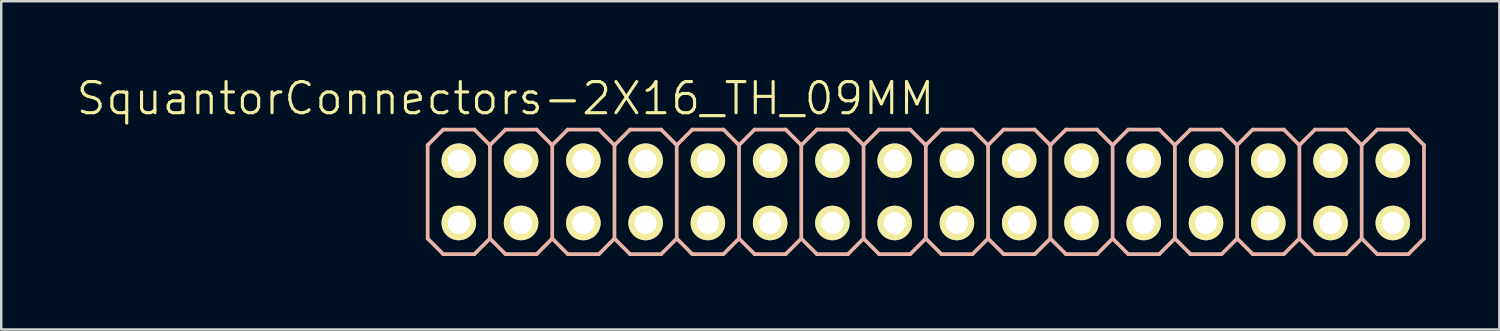
<source format=kicad_pcb>
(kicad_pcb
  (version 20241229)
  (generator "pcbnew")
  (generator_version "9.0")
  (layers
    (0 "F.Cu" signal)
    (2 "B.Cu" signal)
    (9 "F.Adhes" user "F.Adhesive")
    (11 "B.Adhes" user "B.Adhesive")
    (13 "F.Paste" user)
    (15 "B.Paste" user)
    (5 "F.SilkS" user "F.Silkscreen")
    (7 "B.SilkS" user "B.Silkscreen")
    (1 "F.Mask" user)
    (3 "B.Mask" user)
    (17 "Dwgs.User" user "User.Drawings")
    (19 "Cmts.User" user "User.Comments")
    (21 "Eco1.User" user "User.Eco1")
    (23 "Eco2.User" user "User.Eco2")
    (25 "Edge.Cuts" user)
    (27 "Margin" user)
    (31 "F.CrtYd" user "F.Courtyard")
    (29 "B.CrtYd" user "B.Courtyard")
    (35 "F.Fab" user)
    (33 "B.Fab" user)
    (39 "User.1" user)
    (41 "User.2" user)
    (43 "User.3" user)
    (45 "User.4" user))
  (footprint "SquantorConnectors-2X16_TH_09MM"
    (layer "F.Cu")
    (at 34.716 4.776)
    (property "Reference" "SquantorConnectors-2X16_TH_09MM" (at -17.145 -3.81 0) (layer "F.SilkS") (effects (font (size 1.27 1.27) (thickness 0.127))))
    (attr exclude_from_pos_files exclude_from_bom)
    (fp_line (start -19.304 -1.524) (end -18.796 -1.524) (stroke (width 0.066) (type solid)) (layer "F.SilkS"))
    (fp_line (start -19.304 -1.016) (end -19.304 -1.524) (stroke (width 0.066) (type solid)) (layer "F.SilkS"))
    (fp_line (start -19.304 -1.016) (end -18.796 -1.016) (stroke (width 0.066) (type solid)) (layer "F.SilkS"))
    (fp_line (start -19.304 1.016) (end -18.796 1.016) (stroke (width 0.066) (type solid)) (layer "F.SilkS"))
    (fp_line (start -19.304 1.524) (end -19.304 1.016) (stroke (width 0.066) (type solid)) (layer "F.SilkS"))
    (fp_line (start -19.304 1.524) (end -18.796 1.524) (stroke (width 0.066) (type solid)) (layer "F.SilkS"))
    (fp_line (start -18.796 -1.016) (end -18.796 -1.524) (stroke (width 0.066) (type solid)) (layer "F.SilkS"))
    (fp_line (start -18.796 1.524) (end -18.796 1.016) (stroke (width 0.066) (type solid)) (layer "F.SilkS"))
    (fp_line (start -16.764 -1.524) (end -16.256 -1.524) (stroke (width 0.066) (type solid)) (layer "F.SilkS"))
    (fp_line (start -16.764 -1.016) (end -16.764 -1.524) (stroke (width 0.066) (type solid)) (layer "F.SilkS"))
    (fp_line (start -16.764 -1.016) (end -16.256 -1.016) (stroke (width 0.066) (type solid)) (layer "F.SilkS"))
    (fp_line (start -16.764 1.016) (end -16.256 1.016) (stroke (width 0.066) (type solid)) (layer "F.SilkS"))
    (fp_line (start -16.764 1.524) (end -16.764 1.016) (stroke (width 0.066) (type solid)) (layer "F.SilkS"))
    (fp_line (start -16.764 1.524) (end -16.256 1.524) (stroke (width 0.066) (type solid)) (layer "F.SilkS"))
    (fp_line (start -16.256 -1.016) (end -16.256 -1.524) (stroke (width 0.066) (type solid)) (layer "F.SilkS"))
    (fp_line (start -16.256 1.524) (end -16.256 1.016) (stroke (width 0.066) (type solid)) (layer "F.SilkS"))
    (fp_line (start -14.224 -1.524) (end -13.716 -1.524) (stroke (width 0.066) (type solid)) (layer "F.SilkS"))
    (fp_line (start -14.224 -1.016) (end -14.224 -1.524) (stroke (width 0.066) (type solid)) (layer "F.SilkS"))
    (fp_line (start -14.224 -1.016) (end -13.716 -1.016) (stroke (width 0.066) (type solid)) (layer "F.SilkS"))
    (fp_line (start -14.224 1.016) (end -13.716 1.016) (stroke (width 0.066) (type solid)) (layer "F.SilkS"))
    (fp_line (start -14.224 1.524) (end -14.224 1.016) (stroke (width 0.066) (type solid)) (layer "F.SilkS"))
    (fp_line (start -14.224 1.524) (end -13.716 1.524) (stroke (width 0.066) (type solid)) (layer "F.SilkS"))
    (fp_line (start -13.716 -1.016) (end -13.716 -1.524) (stroke (width 0.066) (type solid)) (layer "F.SilkS"))
    (fp_line (start -13.716 1.524) (end -13.716 1.016) (stroke (width 0.066) (type solid)) (layer "F.SilkS"))
    (fp_line (start -11.684 -1.524) (end -11.176 -1.524) (stroke (width 0.066) (type solid)) (layer "F.SilkS"))
    (fp_line (start -11.684 -1.016) (end -11.684 -1.524) (stroke (width 0.066) (type solid)) (layer "F.SilkS"))
    (fp_line (start -11.684 -1.016) (end -11.176 -1.016) (stroke (width 0.066) (type solid)) (layer "F.SilkS"))
    (fp_line (start -11.684 1.016) (end -11.176 1.016) (stroke (width 0.066) (type solid)) (layer "F.SilkS"))
    (fp_line (start -11.684 1.524) (end -11.684 1.016) (stroke (width 0.066) (type solid)) (layer "F.SilkS"))
    (fp_line (start -11.684 1.524) (end -11.176 1.524) (stroke (width 0.066) (type solid)) (layer "F.SilkS"))
    (fp_line (start -11.176 -1.016) (end -11.176 -1.524) (stroke (width 0.066) (type solid)) (layer "F.SilkS"))
    (fp_line (start -11.176 1.524) (end -11.176 1.016) (stroke (width 0.066) (type solid)) (layer "F.SilkS"))
    (fp_line (start -9.144 -1.524) (end -8.636 -1.524) (stroke (width 0.066) (type solid)) (layer "F.SilkS"))
    (fp_line (start -9.144 -1.016) (end -9.144 -1.524) (stroke (width 0.066) (type solid)) (layer "F.SilkS"))
    (fp_line (start -9.144 -1.016) (end -8.636 -1.016) (stroke (width 0.066) (type solid)) (layer "F.SilkS"))
    (fp_line (start -9.144 1.016) (end -8.636 1.016) (stroke (width 0.066) (type solid)) (layer "F.SilkS"))
    (fp_line (start -9.144 1.524) (end -9.144 1.016) (stroke (width 0.066) (type solid)) (layer "F.SilkS"))
    (fp_line (start -9.144 1.524) (end -8.636 1.524) (stroke (width 0.066) (type solid)) (layer "F.SilkS"))
    (fp_line (start -8.636 -1.016) (end -8.636 -1.524) (stroke (width 0.066) (type solid)) (layer "F.SilkS"))
    (fp_line (start -8.636 1.524) (end -8.636 1.016) (stroke (width 0.066) (type solid)) (layer "F.SilkS"))
    (fp_line (start -6.604 -1.524) (end -6.096 -1.524) (stroke (width 0.066) (type solid)) (layer "F.SilkS"))
    (fp_line (start -6.604 -1.016) (end -6.604 -1.524) (stroke (width 0.066) (type solid)) (layer "F.SilkS"))
    (fp_line (start -6.604 -1.016) (end -6.096 -1.016) (stroke (width 0.066) (type solid)) (layer "F.SilkS"))
    (fp_line (start -6.604 1.016) (end -6.096 1.016) (stroke (width 0.066) (type solid)) (layer "F.SilkS"))
    (fp_line (start -6.604 1.524) (end -6.604 1.016) (stroke (width 0.066) (type solid)) (layer "F.SilkS"))
    (fp_line (start -6.604 1.524) (end -6.096 1.524) (stroke (width 0.066) (type solid)) (layer "F.SilkS"))
    (fp_line (start -6.096 -1.016) (end -6.096 -1.524) (stroke (width 0.066) (type solid)) (layer "F.SilkS"))
    (fp_line (start -6.096 1.524) (end -6.096 1.016) (stroke (width 0.066) (type solid)) (layer "F.SilkS"))
    (fp_line (start -4.064 -1.524) (end -3.556 -1.524) (stroke (width 0.066) (type solid)) (layer "F.SilkS"))
    (fp_line (start -4.064 -1.016) (end -4.064 -1.524) (stroke (width 0.066) (type solid)) (layer "F.SilkS"))
    (fp_line (start -4.064 -1.016) (end -3.556 -1.016) (stroke (width 0.066) (type solid)) (layer "F.SilkS"))
    (fp_line (start -4.064 1.016) (end -3.556 1.016) (stroke (width 0.066) (type solid)) (layer "F.SilkS"))
    (fp_line (start -4.064 1.524) (end -4.064 1.016) (stroke (width 0.066) (type solid)) (layer "F.SilkS"))
    (fp_line (start -4.064 1.524) (end -3.556 1.524) (stroke (width 0.066) (type solid)) (layer "F.SilkS"))
    (fp_line (start -3.556 -1.016) (end -3.556 -1.524) (stroke (width 0.066) (type solid)) (layer "F.SilkS"))
    (fp_line (start -3.556 1.524) (end -3.556 1.016) (stroke (width 0.066) (type solid)) (layer "F.SilkS"))
    (fp_line (start -1.524 -1.524) (end -1.016 -1.524) (stroke (width 0.066) (type solid)) (layer "F.SilkS"))
    (fp_line (start -1.524 -1.016) (end -1.524 -1.524) (stroke (width 0.066) (type solid)) (layer "F.SilkS"))
    (fp_line (start -1.524 -1.016) (end -1.016 -1.016) (stroke (width 0.066) (type solid)) (layer "F.SilkS"))
    (fp_line (start -1.524 1.016) (end -1.016 1.016) (stroke (width 0.066) (type solid)) (layer "F.SilkS"))
    (fp_line (start -1.524 1.524) (end -1.524 1.016) (stroke (width 0.066) (type solid)) (layer "F.SilkS"))
    (fp_line (start -1.524 1.524) (end -1.016 1.524) (stroke (width 0.066) (type solid)) (layer "F.SilkS"))
    (fp_line (start -1.016 -1.016) (end -1.016 -1.524) (stroke (width 0.066) (type solid)) (layer "F.SilkS"))
    (fp_line (start -1.016 1.524) (end -1.016 1.016) (stroke (width 0.066) (type solid)) (layer "F.SilkS"))
    (fp_line (start 1.016 -1.524) (end 1.524 -1.524) (stroke (width 0.066) (type solid)) (layer "F.SilkS"))
    (fp_line (start 1.016 -1.016) (end 1.016 -1.524) (stroke (width 0.066) (type solid)) (layer "F.SilkS"))
    (fp_line (start 1.016 -1.016) (end 1.524 -1.016) (stroke (width 0.066) (type solid)) (layer "F.SilkS"))
    (fp_line (start 1.016 1.016) (end 1.524 1.016) (stroke (width 0.066) (type solid)) (layer "F.SilkS"))
    (fp_line (start 1.016 1.524) (end 1.016 1.016) (stroke (width 0.066) (type solid)) (layer "F.SilkS"))
    (fp_line (start 1.016 1.524) (end 1.524 1.524) (stroke (width 0.066) (type solid)) (layer "F.SilkS"))
    (fp_line (start 1.524 -1.016) (end 1.524 -1.524) (stroke (width 0.066) (type solid)) (layer "F.SilkS"))
    (fp_line (start 1.524 1.524) (end 1.524 1.016) (stroke (width 0.066) (type solid)) (layer "F.SilkS"))
    (fp_line (start 3.556 -1.524) (end 4.064 -1.524) (stroke (width 0.066) (type solid)) (layer "F.SilkS"))
    (fp_line (start 3.556 -1.016) (end 3.556 -1.524) (stroke (width 0.066) (type solid)) (layer "F.SilkS"))
    (fp_line (start 3.556 -1.016) (end 4.064 -1.016) (stroke (width 0.066) (type solid)) (layer "F.SilkS"))
    (fp_line (start 3.556 1.016) (end 4.064 1.016) (stroke (width 0.066) (type solid)) (layer "F.SilkS"))
    (fp_line (start 3.556 1.524) (end 3.556 1.016) (stroke (width 0.066) (type solid)) (layer "F.SilkS"))
    (fp_line (start 3.556 1.524) (end 4.064 1.524) (stroke (width 0.066) (type solid)) (layer "F.SilkS"))
    (fp_line (start 4.064 -1.016) (end 4.064 -1.524) (stroke (width 0.066) (type solid)) (layer "F.SilkS"))
    (fp_line (start 4.064 1.524) (end 4.064 1.016) (stroke (width 0.066) (type solid)) (layer "F.SilkS"))
    (fp_line (start 6.096 -1.524) (end 6.604 -1.524) (stroke (width 0.066) (type solid)) (layer "F.SilkS"))
    (fp_line (start 6.096 -1.016) (end 6.096 -1.524) (stroke (width 0.066) (type solid)) (layer "F.SilkS"))
    (fp_line (start 6.096 -1.016) (end 6.604 -1.016) (stroke (width 0.066) (type solid)) (layer "F.SilkS"))
    (fp_line (start 6.096 1.016) (end 6.604 1.016) (stroke (width 0.066) (type solid)) (layer "F.SilkS"))
    (fp_line (start 6.096 1.524) (end 6.096 1.016) (stroke (width 0.066) (type solid)) (layer "F.SilkS"))
    (fp_line (start 6.096 1.524) (end 6.604 1.524) (stroke (width 0.066) (type solid)) (layer "F.SilkS"))
    (fp_line (start 6.604 -1.016) (end 6.604 -1.524) (stroke (width 0.066) (type solid)) (layer "F.SilkS"))
    (fp_line (start 6.604 1.524) (end 6.604 1.016) (stroke (width 0.066) (type solid)) (layer "F.SilkS"))
    (fp_line (start 8.636 -1.524) (end 9.144 -1.524) (stroke (width 0.066) (type solid)) (layer "F.SilkS"))
    (fp_line (start 8.636 -1.016) (end 8.636 -1.524) (stroke (width 0.066) (type solid)) (layer "F.SilkS"))
    (fp_line (start 8.636 -1.016) (end 9.144 -1.016) (stroke (width 0.066) (type solid)) (layer "F.SilkS"))
    (fp_line (start 8.636 1.016) (end 9.144 1.016) (stroke (width 0.066) (type solid)) (layer "F.SilkS"))
    (fp_line (start 8.636 1.524) (end 8.636 1.016) (stroke (width 0.066) (type solid)) (layer "F.SilkS"))
    (fp_line (start 8.636 1.524) (end 9.144 1.524) (stroke (width 0.066) (type solid)) (layer "F.SilkS"))
    (fp_line (start 9.144 -1.016) (end 9.144 -1.524) (stroke (width 0.066) (type solid)) (layer "F.SilkS"))
    (fp_line (start 9.144 1.524) (end 9.144 1.016) (stroke (width 0.066) (type solid)) (layer "F.SilkS"))
    (fp_line (start 11.176 -1.524) (end 11.684 -1.524) (stroke (width 0.066) (type solid)) (layer "F.SilkS"))
    (fp_line (start 11.176 -1.016) (end 11.176 -1.524) (stroke (width 0.066) (type solid)) (layer "F.SilkS"))
    (fp_line (start 11.176 -1.016) (end 11.684 -1.016) (stroke (width 0.066) (type solid)) (layer "F.SilkS"))
    (fp_line (start 11.176 1.016) (end 11.684 1.016) (stroke (width 0.066) (type solid)) (layer "F.SilkS"))
    (fp_line (start 11.176 1.524) (end 11.176 1.016) (stroke (width 0.066) (type solid)) (layer "F.SilkS"))
    (fp_line (start 11.176 1.524) (end 11.684 1.524) (stroke (width 0.066) (type solid)) (layer "F.SilkS"))
    (fp_line (start 11.684 -1.016) (end 11.684 -1.524) (stroke (width 0.066) (type solid)) (layer "F.SilkS"))
    (fp_line (start 11.684 1.524) (end 11.684 1.016) (stroke (width 0.066) (type solid)) (layer "F.SilkS"))
    (fp_line (start 13.716 -1.524) (end 14.224 -1.524) (stroke (width 0.066) (type solid)) (layer "F.SilkS"))
    (fp_line (start 13.716 -1.016) (end 13.716 -1.524) (stroke (width 0.066) (type solid)) (layer "F.SilkS"))
    (fp_line (start 13.716 -1.016) (end 14.224 -1.016) (stroke (width 0.066) (type solid)) (layer "F.SilkS"))
    (fp_line (start 13.716 1.016) (end 14.224 1.016) (stroke (width 0.066) (type solid)) (layer "F.SilkS"))
    (fp_line (start 13.716 1.524) (end 13.716 1.016) (stroke (width 0.066) (type solid)) (layer "F.SilkS"))
    (fp_line (start 13.716 1.524) (end 14.224 1.524) (stroke (width 0.066) (type solid)) (layer "F.SilkS"))
    (fp_line (start 14.224 -1.016) (end 14.224 -1.524) (stroke (width 0.066) (type solid)) (layer "F.SilkS"))
    (fp_line (start 14.224 1.524) (end 14.224 1.016) (stroke (width 0.066) (type solid)) (layer "F.SilkS"))
    (fp_line (start 16.256 -1.524) (end 16.764 -1.524) (stroke (width 0.066) (type solid)) (layer "F.SilkS"))
    (fp_line (start 16.256 -1.016) (end 16.256 -1.524) (stroke (width 0.066) (type solid)) (layer "F.SilkS"))
    (fp_line (start 16.256 -1.016) (end 16.764 -1.016) (stroke (width 0.066) (type solid)) (layer "F.SilkS"))
    (fp_line (start 16.256 1.016) (end 16.764 1.016) (stroke (width 0.066) (type solid)) (layer "F.SilkS"))
    (fp_line (start 16.256 1.524) (end 16.256 1.016) (stroke (width 0.066) (type solid)) (layer "F.SilkS"))
    (fp_line (start 16.256 1.524) (end 16.764 1.524) (stroke (width 0.066) (type solid)) (layer "F.SilkS"))
    (fp_line (start 16.764 -1.016) (end 16.764 -1.524) (stroke (width 0.066) (type solid)) (layer "F.SilkS"))
    (fp_line (start 16.764 1.524) (end 16.764 1.016) (stroke (width 0.066) (type solid)) (layer "F.SilkS"))
    (fp_line (start 18.796 -1.524) (end 19.304 -1.524) (stroke (width 0.066) (type solid)) (layer "F.SilkS"))
    (fp_line (start 18.796 -1.016) (end 18.796 -1.524) (stroke (width 0.066) (type solid)) (layer "F.SilkS"))
    (fp_line (start 18.796 -1.016) (end 19.304 -1.016) (stroke (width 0.066) (type solid)) (layer "F.SilkS"))
    (fp_line (start 18.796 1.016) (end 19.304 1.016) (stroke (width 0.066) (type solid)) (layer "F.SilkS"))
    (fp_line (start 18.796 1.524) (end 18.796 1.016) (stroke (width 0.066) (type solid)) (layer "F.SilkS"))
    (fp_line (start 18.796 1.524) (end 19.304 1.524) (stroke (width 0.066) (type solid)) (layer "F.SilkS"))
    (fp_line (start 19.304 -1.016) (end 19.304 -1.524) (stroke (width 0.066) (type solid)) (layer "F.SilkS"))
    (fp_line (start 19.304 1.524) (end 19.304 1.016) (stroke (width 0.066) (type solid)) (layer "F.SilkS"))
    (fp_line (start -20.32 -1.905) (end -19.685 -2.54) (stroke (width 0.152) (type solid)) (layer "B.SilkS"))
    (fp_line (start -20.32 1.905) (end -20.32 -1.905) (stroke (width 0.152) (type solid)) (layer "B.SilkS"))
    (fp_line (start -20.32 1.905) (end -19.685 2.54) (stroke (width 0.152) (type solid)) (layer "B.SilkS"))
    (fp_line (start -19.685 -2.54) (end -18.415 -2.54) (stroke (width 0.152) (type solid)) (layer "B.SilkS"))
    (fp_line (start -19.685 2.54) (end -18.415 2.54) (stroke (width 0.152) (type solid)) (layer "B.SilkS"))
    (fp_line (start -18.415 -2.54) (end -17.78 -1.905) (stroke (width 0.152) (type solid)) (layer "B.SilkS"))
    (fp_line (start -18.415 2.54) (end -17.78 1.905) (stroke (width 0.152) (type solid)) (layer "B.SilkS"))
    (fp_line (start -17.78 -1.905) (end -17.78 1.905) (stroke (width 0.152) (type solid)) (layer "B.SilkS"))
    (fp_line (start -17.78 -1.905) (end -17.145 -2.54) (stroke (width 0.152) (type solid)) (layer "B.SilkS"))
    (fp_line (start -17.78 1.905) (end -17.145 2.54) (stroke (width 0.152) (type solid)) (layer "B.SilkS"))
    (fp_line (start -17.145 -2.54) (end -15.875 -2.54) (stroke (width 0.152) (type solid)) (layer "B.SilkS"))
    (fp_line (start -17.145 2.54) (end -15.875 2.54) (stroke (width 0.152) (type solid)) (layer "B.SilkS"))
    (fp_line (start -15.875 -2.54) (end -15.24 -1.905) (stroke (width 0.152) (type solid)) (layer "B.SilkS"))
    (fp_line (start -15.875 2.54) (end -15.24 1.905) (stroke (width 0.152) (type solid)) (layer "B.SilkS"))
    (fp_line (start -15.24 -1.905) (end -15.24 1.905) (stroke (width 0.152) (type solid)) (layer "B.SilkS"))
    (fp_line (start -15.24 -1.905) (end -14.605 -2.54) (stroke (width 0.152) (type solid)) (layer "B.SilkS"))
    (fp_line (start -15.24 1.905) (end -14.605 2.54) (stroke (width 0.152) (type solid)) (layer "B.SilkS"))
    (fp_line (start -14.605 -2.54) (end -13.335 -2.54) (stroke (width 0.152) (type solid)) (layer "B.SilkS"))
    (fp_line (start -14.605 2.54) (end -13.335 2.54) (stroke (width 0.152) (type solid)) (layer "B.SilkS"))
    (fp_line (start -13.335 -2.54) (end -12.7 -1.905) (stroke (width 0.152) (type solid)) (layer "B.SilkS"))
    (fp_line (start -13.335 2.54) (end -12.7 1.905) (stroke (width 0.152) (type solid)) (layer "B.SilkS"))
    (fp_line (start -12.7 -1.905) (end -12.7 1.905) (stroke (width 0.152) (type solid)) (layer "B.SilkS"))
    (fp_line (start -12.7 -1.905) (end -12.065 -2.54) (stroke (width 0.152) (type solid)) (layer "B.SilkS"))
    (fp_line (start -12.7 1.905) (end -12.065 2.54) (stroke (width 0.152) (type solid)) (layer "B.SilkS"))
    (fp_line (start -12.065 -2.54) (end -10.795 -2.54) (stroke (width 0.152) (type solid)) (layer "B.SilkS"))
    (fp_line (start -12.065 2.54) (end -10.795 2.54) (stroke (width 0.152) (type solid)) (layer "B.SilkS"))
    (fp_line (start -10.795 -2.54) (end -10.16 -1.905) (stroke (width 0.152) (type solid)) (layer "B.SilkS"))
    (fp_line (start -10.795 2.54) (end -10.16 1.905) (stroke (width 0.152) (type solid)) (layer "B.SilkS"))
    (fp_line (start -10.16 -1.905) (end -10.16 1.905) (stroke (width 0.152) (type solid)) (layer "B.SilkS"))
    (fp_line (start -10.16 -1.905) (end -9.525 -2.54) (stroke (width 0.152) (type solid)) (layer "B.SilkS"))
    (fp_line (start -10.16 1.905) (end -9.525 2.54) (stroke (width 0.152) (type solid)) (layer "B.SilkS"))
    (fp_line (start -9.525 -2.54) (end -8.255 -2.54) (stroke (width 0.152) (type solid)) (layer "B.SilkS"))
    (fp_line (start -9.525 2.54) (end -8.255 2.54) (stroke (width 0.152) (type solid)) (layer "B.SilkS"))
    (fp_line (start -8.255 -2.54) (end -7.62 -1.905) (stroke (width 0.152) (type solid)) (layer "B.SilkS"))
    (fp_line (start -8.255 2.54) (end -7.62 1.905) (stroke (width 0.152) (type solid)) (layer "B.SilkS"))
    (fp_line (start -7.62 -1.905) (end -7.62 1.905) (stroke (width 0.152) (type solid)) (layer "B.SilkS"))
    (fp_line (start -7.62 -1.905) (end -6.985 -2.54) (stroke (width 0.152) (type solid)) (layer "B.SilkS"))
    (fp_line (start -7.62 1.905) (end -6.985 2.54) (stroke (width 0.152) (type solid)) (layer "B.SilkS"))
    (fp_line (start -6.985 -2.54) (end -5.715 -2.54) (stroke (width 0.152) (type solid)) (layer "B.SilkS"))
    (fp_line (start -6.985 2.54) (end -5.715 2.54) (stroke (width 0.152) (type solid)) (layer "B.SilkS"))
    (fp_line (start -5.715 -2.54) (end -5.08 -1.905) (stroke (width 0.152) (type solid)) (layer "B.SilkS"))
    (fp_line (start -5.715 2.54) (end -5.08 1.905) (stroke (width 0.152) (type solid)) (layer "B.SilkS"))
    (fp_line (start -5.08 -1.905) (end -5.08 1.905) (stroke (width 0.152) (type solid)) (layer "B.SilkS"))
    (fp_line (start -5.08 -1.905) (end -4.445 -2.54) (stroke (width 0.152) (type solid)) (layer "B.SilkS"))
    (fp_line (start -5.08 1.905) (end -4.445 2.54) (stroke (width 0.152) (type solid)) (layer "B.SilkS"))
    (fp_line (start -4.445 -2.54) (end -3.175 -2.54) (stroke (width 0.152) (type solid)) (layer "B.SilkS"))
    (fp_line (start -3.175 -2.54) (end -2.54 -1.905) (stroke (width 0.152) (type solid)) (layer "B.SilkS"))
    (fp_line (start -3.175 2.54) (end -4.445 2.54) (stroke (width 0.152) (type solid)) (layer "B.SilkS"))
    (fp_line (start -2.54 -1.905) (end -2.54 1.905) (stroke (width 0.152) (type solid)) (layer "B.SilkS"))
    (fp_line (start -2.54 -1.905) (end -1.905 -2.54) (stroke (width 0.152) (type solid)) (layer "B.SilkS"))
    (fp_line (start -2.54 1.905) (end -3.175 2.54) (stroke (width 0.152) (type solid)) (layer "B.SilkS"))
    (fp_line (start -2.54 1.905) (end -1.905 2.54) (stroke (width 0.152) (type solid)) (layer "B.SilkS"))
    (fp_line (start -1.905 -2.54) (end -0.635 -2.54) (stroke (width 0.152) (type solid)) (layer "B.SilkS"))
    (fp_line (start -0.635 -2.54) (end 0 -1.905) (stroke (width 0.152) (type solid)) (layer "B.SilkS"))
    (fp_line (start -0.635 2.54) (end -1.905 2.54) (stroke (width 0.152) (type solid)) (layer "B.SilkS"))
    (fp_line (start 0 -1.905) (end 0 1.905) (stroke (width 0.152) (type solid)) (layer "B.SilkS"))
    (fp_line (start 0 -1.905) (end 0.635 -2.54) (stroke (width 0.152) (type solid)) (layer "B.SilkS"))
    (fp_line (start 0 1.905) (end -0.635 2.54) (stroke (width 0.152) (type solid)) (layer "B.SilkS"))
    (fp_line (start 0 1.905) (end 0.635 2.54) (stroke (width 0.152) (type solid)) (layer "B.SilkS"))
    (fp_line (start 0.635 -2.54) (end 1.905 -2.54) (stroke (width 0.152) (type solid)) (layer "B.SilkS"))
    (fp_line (start 1.905 -2.54) (end 2.54 -1.905) (stroke (width 0.152) (type solid)) (layer "B.SilkS"))
    (fp_line (start 1.905 2.54) (end 0.635 2.54) (stroke (width 0.152) (type solid)) (layer "B.SilkS"))
    (fp_line (start 2.54 -1.905) (end 2.54 1.905) (stroke (width 0.152) (type solid)) (layer "B.SilkS"))
    (fp_line (start 2.54 -1.905) (end 3.175 -2.54) (stroke (width 0.152) (type solid)) (layer "B.SilkS"))
    (fp_line (start 2.54 1.905) (end 1.905 2.54) (stroke (width 0.152) (type solid)) (layer "B.SilkS"))
    (fp_line (start 2.54 1.905) (end 3.175 2.54) (stroke (width 0.152) (type solid)) (layer "B.SilkS"))
    (fp_line (start 3.175 -2.54) (end 4.445 -2.54) (stroke (width 0.152) (type solid)) (layer "B.SilkS"))
    (fp_line (start 4.445 -2.54) (end 5.08 -1.905) (stroke (width 0.152) (type solid)) (layer "B.SilkS"))
    (fp_line (start 4.445 2.54) (end 3.175 2.54) (stroke (width 0.152) (type solid)) (layer "B.SilkS"))
    (fp_line (start 5.08 -1.905) (end 5.08 1.905) (stroke (width 0.152) (type solid)) (layer "B.SilkS"))
    (fp_line (start 5.08 -1.905) (end 5.715 -2.54) (stroke (width 0.152) (type solid)) (layer "B.SilkS"))
    (fp_line (start 5.08 1.905) (end 4.445 2.54) (stroke (width 0.152) (type solid)) (layer "B.SilkS"))
    (fp_line (start 5.08 1.905) (end 5.715 2.54) (stroke (width 0.152) (type solid)) (layer "B.SilkS"))
    (fp_line (start 5.715 -2.54) (end 6.985 -2.54) (stroke (width 0.152) (type solid)) (layer "B.SilkS"))
    (fp_line (start 6.985 -2.54) (end 7.62 -1.905) (stroke (width 0.152) (type solid)) (layer "B.SilkS"))
    (fp_line (start 6.985 2.54) (end 5.715 2.54) (stroke (width 0.152) (type solid)) (layer "B.SilkS"))
    (fp_line (start 7.62 -1.905) (end 7.62 1.905) (stroke (width 0.152) (type solid)) (layer "B.SilkS"))
    (fp_line (start 7.62 -1.905) (end 8.255 -2.54) (stroke (width 0.152) (type solid)) (layer "B.SilkS"))
    (fp_line (start 7.62 1.905) (end 6.985 2.54) (stroke (width 0.152) (type solid)) (layer "B.SilkS"))
    (fp_line (start 7.62 1.905) (end 8.255 2.54) (stroke (width 0.152) (type solid)) (layer "B.SilkS"))
    (fp_line (start 8.255 -2.54) (end 9.525 -2.54) (stroke (width 0.152) (type solid)) (layer "B.SilkS"))
    (fp_line (start 9.525 2.54) (end 8.255 2.54) (stroke (width 0.152) (type solid)) (layer "B.SilkS"))
    (fp_line (start 10.16 -1.905) (end 9.525 -2.54) (stroke (width 0.152) (type solid)) (layer "B.SilkS"))
    (fp_line (start 10.16 -1.905) (end 10.16 1.905) (stroke (width 0.152) (type solid)) (layer "B.SilkS"))
    (fp_line (start 10.16 -1.905) (end 10.795 -2.54) (stroke (width 0.152) (type solid)) (layer "B.SilkS"))
    (fp_line (start 10.16 1.905) (end 9.525 2.54) (stroke (width 0.152) (type solid)) (layer "B.SilkS"))
    (fp_line (start 10.16 1.905) (end 10.795 2.54) (stroke (width 0.152) (type solid)) (layer "B.SilkS"))
    (fp_line (start 12.065 -2.54) (end 10.795 -2.54) (stroke (width 0.152) (type solid)) (layer "B.SilkS"))
    (fp_line (start 12.065 -2.54) (end 12.7 -1.905) (stroke (width 0.152) (type solid)) (layer "B.SilkS"))
    (fp_line (start 12.065 2.54) (end 10.795 2.54) (stroke (width 0.152) (type solid)) (layer "B.SilkS"))
    (fp_line (start 12.7 -1.905) (end 12.7 1.905) (stroke (width 0.152) (type solid)) (layer "B.SilkS"))
    (fp_line (start 12.7 -1.905) (end 13.335 -2.54) (stroke (width 0.152) (type solid)) (layer "B.SilkS"))
    (fp_line (start 12.7 1.905) (end 12.065 2.54) (stroke (width 0.152) (type solid)) (layer "B.SilkS"))
    (fp_line (start 12.7 1.905) (end 13.335 2.54) (stroke (width 0.152) (type solid)) (layer "B.SilkS"))
    (fp_line (start 14.605 -2.54) (end 13.335 -2.54) (stroke (width 0.152) (type solid)) (layer "B.SilkS"))
    (fp_line (start 14.605 -2.54) (end 15.24 -1.905) (stroke (width 0.152) (type solid)) (layer "B.SilkS"))
    (fp_line (start 14.605 2.54) (end 13.335 2.54) (stroke (width 0.152) (type solid)) (layer "B.SilkS"))
    (fp_line (start 15.24 -1.905) (end 15.24 1.905) (stroke (width 0.152) (type solid)) (layer "B.SilkS"))
    (fp_line (start 15.24 -1.905) (end 15.875 -2.54) (stroke (width 0.152) (type solid)) (layer "B.SilkS"))
    (fp_line (start 15.24 1.905) (end 14.605 2.54) (stroke (width 0.152) (type solid)) (layer "B.SilkS"))
    (fp_line (start 15.875 2.54) (end 15.24 1.905) (stroke (width 0.152) (type solid)) (layer "B.SilkS"))
    (fp_line (start 15.875 2.54) (end 17.145 2.54) (stroke (width 0.152) (type solid)) (layer "B.SilkS"))
    (fp_line (start 17.145 -2.54) (end 15.875 -2.54) (stroke (width 0.152) (type solid)) (layer "B.SilkS"))
    (fp_line (start 17.145 -2.54) (end 17.78 -1.905) (stroke (width 0.152) (type solid)) (layer "B.SilkS"))
    (fp_line (start 17.78 -1.905) (end 17.78 1.905) (stroke (width 0.152) (type solid)) (layer "B.SilkS"))
    (fp_line (start 17.78 -1.905) (end 18.415 -2.54) (stroke (width 0.152) (type solid)) (layer "B.SilkS"))
    (fp_line (start 17.78 1.905) (end 17.145 2.54) (stroke (width 0.152) (type solid)) (layer "B.SilkS"))
    (fp_line (start 18.415 2.54) (end 17.78 1.905) (stroke (width 0.152) (type solid)) (layer "B.SilkS"))
    (fp_line (start 18.415 2.54) (end 19.685 2.54) (stroke (width 0.152) (type solid)) (layer "B.SilkS"))
    (fp_line (start 19.685 -2.54) (end 18.415 -2.54) (stroke (width 0.152) (type solid)) (layer "B.SilkS"))
    (fp_line (start 19.685 -2.54) (end 20.32 -1.905) (stroke (width 0.152) (type solid)) (layer "B.SilkS"))
    (fp_line (start 20.32 -1.905) (end 20.32 1.905) (stroke (width 0.152) (type solid)) (layer "B.SilkS"))
    (fp_line (start 20.32 1.905) (end 19.685 2.54) (stroke (width 0.152) (type solid)) (layer "B.SilkS"))
    (pad "1" thru_hole circle (at -19.05 1.27) (size 1.407 1.407) (drill 0.899) (layers "*.Cu" "F.Mask" "F.SilkS" "F.Paste"))
    (pad "2" thru_hole circle (at -19.05 -1.27) (size 1.407 1.407) (drill 0.899) (layers "*.Cu" "F.Mask" "F.SilkS" "F.Paste"))
    (pad "3" thru_hole circle (at -16.51 1.27) (size 1.407 1.407) (drill 0.899) (layers "*.Cu" "F.Mask" "F.SilkS" "F.Paste"))
    (pad "4" thru_hole circle (at -16.51 -1.27) (size 1.407 1.407) (drill 0.899) (layers "*.Cu" "F.Mask" "F.SilkS" "F.Paste"))
    (pad "5" thru_hole circle (at -13.97 1.27) (size 1.407 1.407) (drill 0.899) (layers "*.Cu" "F.Mask" "F.SilkS" "F.Paste"))
    (pad "6" thru_hole circle (at -13.97 -1.27) (size 1.407 1.407) (drill 0.899) (layers "*.Cu" "F.Mask" "F.SilkS" "F.Paste"))
    (pad "7" thru_hole circle (at -11.43 1.27) (size 1.407 1.407) (drill 0.899) (layers "*.Cu" "F.Mask" "F.SilkS" "F.Paste"))
    (pad "8" thru_hole circle (at -11.43 -1.27) (size 1.407 1.407) (drill 0.899) (layers "*.Cu" "F.Mask" "F.SilkS" "F.Paste"))
    (pad "9" thru_hole circle (at -8.89 1.27) (size 1.407 1.407) (drill 0.899) (layers "*.Cu" "F.Mask" "F.SilkS" "F.Paste"))
    (pad "10" thru_hole circle (at -8.89 -1.27) (size 1.407 1.407) (drill 0.899) (layers "*.Cu" "F.Mask" "F.SilkS" "F.Paste"))
    (pad "11" thru_hole circle (at -6.35 1.27) (size 1.407 1.407) (drill 0.899) (layers "*.Cu" "F.Mask" "F.SilkS" "F.Paste"))
    (pad "12" thru_hole circle (at -6.35 -1.27) (size 1.407 1.407) (drill 0.899) (layers "*.Cu" "F.Mask" "F.SilkS" "F.Paste"))
    (pad "13" thru_hole circle (at -3.81 1.27) (size 1.407 1.407) (drill 0.899) (layers "*.Cu" "F.Mask" "F.SilkS" "F.Paste"))
    (pad "14" thru_hole circle (at -3.81 -1.27) (size 1.407 1.407) (drill 0.899) (layers "*.Cu" "F.Mask" "F.SilkS" "F.Paste"))
    (pad "15" thru_hole circle (at -1.27 1.27) (size 1.407 1.407) (drill 0.899) (layers "*.Cu" "F.Mask" "F.SilkS" "F.Paste"))
    (pad "16" thru_hole circle (at -1.27 -1.27) (size 1.407 1.407) (drill 0.899) (layers "*.Cu" "F.Mask" "F.SilkS" "F.Paste"))
    (pad "17" thru_hole circle (at 1.27 1.27) (size 1.407 1.407) (drill 0.899) (layers "*.Cu" "F.Mask" "F.SilkS" "F.Paste"))
    (pad "18" thru_hole circle (at 1.27 -1.27) (size 1.407 1.407) (drill 0.899) (layers "*.Cu" "F.Mask" "F.SilkS" "F.Paste"))
    (pad "19" thru_hole circle (at 3.81 1.27) (size 1.407 1.407) (drill 0.899) (layers "*.Cu" "F.Mask" "F.SilkS" "F.Paste"))
    (pad "20" thru_hole circle (at 3.81 -1.27) (size 1.407 1.407) (drill 0.899) (layers "*.Cu" "F.Mask" "F.SilkS" "F.Paste"))
    (pad "21" thru_hole circle (at 6.35 1.27) (size 1.407 1.407) (drill 0.899) (layers "*.Cu" "F.Mask" "F.SilkS" "F.Paste"))
    (pad "22" thru_hole circle (at 6.35 -1.27) (size 1.407 1.407) (drill 0.899) (layers "*.Cu" "F.Mask" "F.SilkS" "F.Paste"))
    (pad "23" thru_hole circle (at 8.89 1.27) (size 1.407 1.407) (drill 0.899) (layers "*.Cu" "F.Mask" "F.SilkS" "F.Paste"))
    (pad "24" thru_hole circle (at 8.89 -1.27) (size 1.407 1.407) (drill 0.899) (layers "*.Cu" "F.Mask" "F.SilkS" "F.Paste"))
    (pad "25" thru_hole circle (at 11.43 1.27) (size 1.407 1.407) (drill 0.899) (layers "*.Cu" "F.Mask" "F.SilkS" "F.Paste"))
    (pad "26" thru_hole circle (at 11.43 -1.27) (size 1.407 1.407) (drill 0.899) (layers "*.Cu" "F.Mask" "F.SilkS" "F.Paste"))
    (pad "27" thru_hole circle (at 13.97 1.27) (size 1.407 1.407) (drill 0.899) (layers "*.Cu" "F.Mask" "F.SilkS" "F.Paste"))
    (pad "28" thru_hole circle (at 13.97 -1.27) (size 1.407 1.407) (drill 0.899) (layers "*.Cu" "F.Mask" "F.SilkS" "F.Paste"))
    (pad "29" thru_hole circle (at 16.51 1.27) (size 1.407 1.407) (drill 0.899) (layers "*.Cu" "F.Mask" "F.SilkS" "F.Paste"))
    (pad "30" thru_hole circle (at 16.51 -1.27) (size 1.407 1.407) (drill 0.899) (layers "*.Cu" "F.Mask" "F.SilkS" "F.Paste"))
    (pad "31" thru_hole circle (at 19.05 1.27) (size 1.407 1.407) (drill 0.899) (layers "*.Cu" "F.Mask" "F.SilkS" "F.Paste"))
    (pad "32" thru_hole circle (at 19.05 -1.27) (size 1.407 1.407) (drill 0.899) (layers "*.Cu" "F.Mask" "F.SilkS" "F.Paste")))
  (gr_rect
    (start -3 -3)
    (end 58.113 10.392)
    (stroke (width 0.1) (type default))
    (fill no)
    (layer "Edge.Cuts")))
</source>
